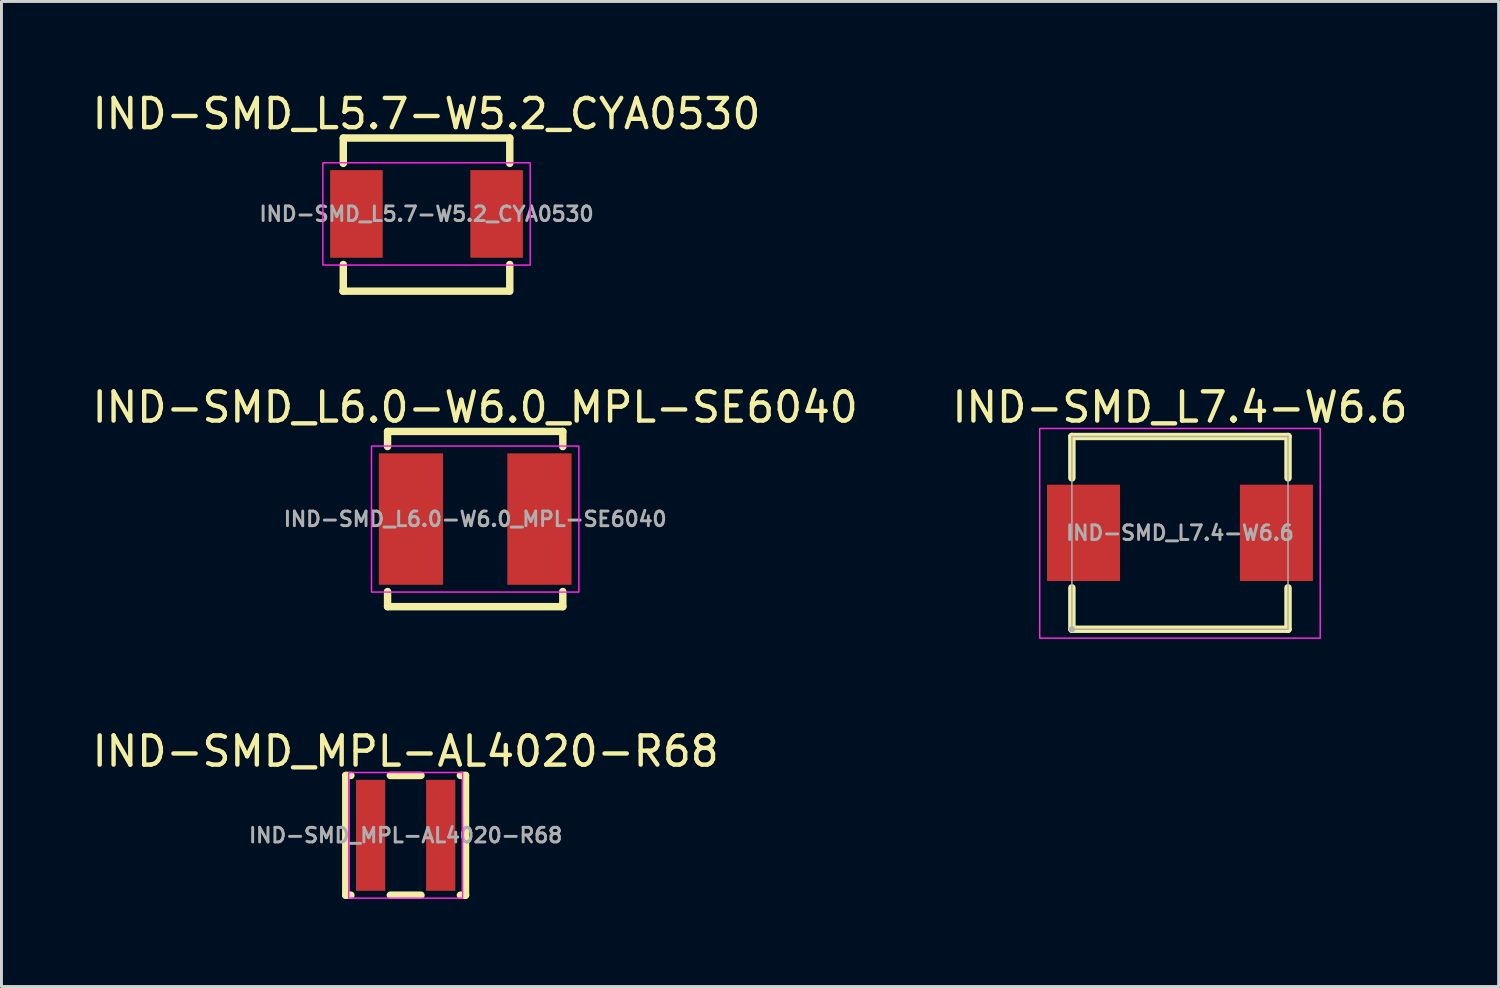
<source format=kicad_pcb>
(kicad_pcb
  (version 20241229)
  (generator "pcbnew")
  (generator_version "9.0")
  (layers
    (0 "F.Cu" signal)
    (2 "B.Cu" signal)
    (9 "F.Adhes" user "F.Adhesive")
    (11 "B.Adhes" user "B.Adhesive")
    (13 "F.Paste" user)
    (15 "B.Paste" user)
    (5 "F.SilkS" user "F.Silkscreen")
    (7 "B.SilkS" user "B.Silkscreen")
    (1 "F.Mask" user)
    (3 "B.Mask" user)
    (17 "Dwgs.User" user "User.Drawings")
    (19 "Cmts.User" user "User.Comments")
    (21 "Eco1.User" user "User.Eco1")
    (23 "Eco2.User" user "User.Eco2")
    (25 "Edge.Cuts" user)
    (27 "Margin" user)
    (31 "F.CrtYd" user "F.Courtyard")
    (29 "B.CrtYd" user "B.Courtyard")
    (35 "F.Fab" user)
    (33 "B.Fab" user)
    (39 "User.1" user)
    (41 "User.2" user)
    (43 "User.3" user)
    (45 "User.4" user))
  (footprint "IND-SMD_MPL-AL4020-R68"
    (layer "F.Cu")
    (at 10.839 25.551)
    (property "Reference" "IND-SMD_MPL-AL4020-R68" (at 0 -2.877 0) (layer "F.SilkS") (effects (font (size 1 1) (thickness 0.15))))
    (fp_line (start -2.05 -2.05) (end -2.05 2.05) (stroke (width 0.254) (type default)) (layer "F.SilkS"))
    (fp_line (start -2.05 2.05) (end -1.875 2.05) (stroke (width 0.254) (type default)) (layer "F.SilkS"))
    (fp_line (start -1.875 -2.05) (end -2.05 -2.05) (stroke (width 0.254) (type default)) (layer "F.SilkS"))
    (fp_line (start -0.525 2.05) (end 0.525 2.05) (stroke (width 0.254) (type default)) (layer "F.SilkS"))
    (fp_line (start 0.525 -2.05) (end -0.525 -2.05) (stroke (width 0.254) (type default)) (layer "F.SilkS"))
    (fp_line (start 1.875 2.05) (end 2.05 2.05) (stroke (width 0.254) (type default)) (layer "F.SilkS"))
    (fp_line (start 2.05 -2.05) (end 1.875 -2.05) (stroke (width 0.254) (type default)) (layer "F.SilkS"))
    (fp_line (start 2.05 -2.05) (end 2.05 2.05) (stroke (width 0.254) (type default)) (layer "F.SilkS"))
    (fp_rect (start -1.95 -2.15) (end 1.95 2.15) (stroke (width 0.05) (type default)) (fill no) (layer "F.CrtYd"))
    (fp_text user "${REFERENCE}" (at 0 0 0) (layer "F.Fab") (effects (font (size 0.5 0.5) (thickness 0.1))))
    (pad "1" smd rect (at -1.2 0) (size 1 3.8) (layers "F.Cu" "F.Mask" "F.Paste"))
    (pad "2" smd rect (at 1.2 0) (size 1 3.8) (layers "F.Cu" "F.Mask" "F.Paste")))
  (footprint "IND-SMD_L5.7-W5.2_CYA0530"
    (layer "F.Cu")
    (at 11.554 4.275)
    (property "Reference" "IND-SMD_L5.7-W5.2_CYA0530" (at 0 -3.427 0) (layer "F.SilkS") (effects (font (size 1 1) (thickness 0.15))))
    (fp_line (start -2.85 -2.6) (end -2.85 -1.731) (stroke (width 0.254) (type default)) (layer "F.SilkS"))
    (fp_line (start -2.85 -2.6) (end 2.85 -2.6) (stroke (width 0.254) (type default)) (layer "F.SilkS"))
    (fp_line (start -2.85 1.731) (end -2.85 2.644) (stroke (width 0.254) (type default)) (layer "F.SilkS"))
    (fp_line (start 2.836 2.644) (end -2.865 2.644) (stroke (width 0.254) (type default)) (layer "F.SilkS"))
    (fp_line (start 2.85 -2.6) (end 2.85 -1.731) (stroke (width 0.254) (type default)) (layer "F.SilkS"))
    (fp_line (start 2.85 1.731) (end 2.85 2.644) (stroke (width 0.254) (type default)) (layer "F.SilkS"))
    (fp_rect (start -3.55 -1.75) (end 3.55 1.75) (stroke (width 0.05) (type default)) (fill no) (layer "F.CrtYd"))
    (fp_text user "${REFERENCE}" (at 0 0 0) (layer "F.Fab") (effects (font (size 0.5 0.5) (thickness 0.1))))
    (pad "1" smd rect (at -2.4 0) (size 1.8 3) (layers "F.Cu" "F.Mask" "F.Paste"))
    (pad "2" smd rect (at 2.4 0) (size 1.8 3) (layers "F.Cu" "F.Mask" "F.Paste")))
  (footprint "IND-SMD_L6.0-W6.0_MPL-SE6040"
    (layer "F.Cu")
    (at 13.22 14.722)
    (property "Reference" "IND-SMD_L6.0-W6.0_MPL-SE6040" (at 0 -3.827 0) (layer "F.SilkS") (effects (font (size 1 1) (thickness 0.15))))
    (fp_line (start -3 -3) (end 3 -3) (stroke (width 0.254) (type default)) (layer "F.SilkS"))
    (fp_line (start -3 -2.481) (end -3 -3) (stroke (width 0.254) (type default)) (layer "F.SilkS"))
    (fp_line (start -3 3) (end -3 2.481) (stroke (width 0.254) (type default)) (layer "F.SilkS"))
    (fp_line (start 3 -3) (end 3 -2.481) (stroke (width 0.254) (type default)) (layer "F.SilkS"))
    (fp_line (start 3 2.481) (end 3 3) (stroke (width 0.254) (type default)) (layer "F.SilkS"))
    (fp_line (start 3 3) (end -3 3) (stroke (width 0.254) (type default)) (layer "F.SilkS"))
    (fp_rect (start -3.55 -2.5) (end 3.55 2.5) (stroke (width 0.05) (type default)) (fill no) (layer "F.CrtYd"))
    (fp_text user "${REFERENCE}" (at 0 0 0) (layer "F.Fab") (effects (font (size 0.5 0.5) (thickness 0.1))))
    (pad "1" smd rect (at -2.2 0) (size 2.2 4.5) (layers "F.Cu" "F.Mask" "F.Paste"))
    (pad "2" smd rect (at 2.2 0) (size 2.2 4.5) (layers "F.Cu" "F.Mask" "F.Paste")))
  (footprint "IND-SMD_L7.4-W6.6"
    (layer "F.Cu")
    (at 37.351 15.195)
    (property "Reference" "IND-SMD_L7.4-W6.6" (at 0 -4.301 0) (layer "F.SilkS") (effects (font (size 1 1) (thickness 0.15))))
    (fp_line (start -3.7 -3.3) (end -3.7 -1.881) (stroke (width 0.254) (type default)) (layer "F.SilkS"))
    (fp_line (start -3.7 -3.3) (end 3.7 -3.3) (stroke (width 0.254) (type default)) (layer "F.SilkS"))
    (fp_line (start -3.7 1.881) (end -3.7 3.3) (stroke (width 0.254) (type default)) (layer "F.SilkS"))
    (fp_line (start 3.7 -1.881) (end 3.7 -3.3) (stroke (width 0.254) (type default)) (layer "F.SilkS"))
    (fp_line (start 3.7 3.3) (end -3.7 3.3) (stroke (width 0.254) (type default)) (layer "F.SilkS"))
    (fp_line (start 3.7 3.3) (end 3.7 1.881) (stroke (width 0.254) (type default)) (layer "F.SilkS"))
    (fp_rect (start -4.802 -3.575) (end 4.802 3.605) (stroke (width 0.05) (type default)) (fill no) (layer "F.CrtYd"))
    (fp_line (start -3.7 -3.3) (end 3.7 -3.3) (stroke (width 0.051) (type default)) (layer "F.Fab"))
    (fp_line (start -3.7 3.3) (end -3.7 -3.3) (stroke (width 0.051) (type default)) (layer "F.Fab"))
    (fp_line (start 3.7 -3.3) (end 3.7 3.3) (stroke (width 0.051) (type default)) (layer "F.Fab"))
    (fp_line (start 3.7 3.3) (end -3.7 3.3) (stroke (width 0.051) (type default)) (layer "F.Fab"))
    (fp_poly (pts (xy -3.645 3.277) (xy -3.677 3.245) (xy -3.723 3.245) (xy -3.755 3.277) (xy -3.755 3.323) (xy -3.723 3.355) (xy -3.677 3.355) (xy -3.645 3.323)) (stroke (width 0.1) (type default)) (fill no) (layer "F.Fab"))
    (fp_poly (pts (xy -3.7 -1.5) (xy -2.2 -1.5) (xy -2.2 1.5) (xy -3.7 1.5)) (stroke (width 0.1) (type default)) (fill no) (layer "User.1"))
    (fp_poly (pts (xy 2.2 -1.5) (xy 3.7 -1.5) (xy 3.7 1.5) (xy 2.2 1.5)) (stroke (width 0.1) (type default)) (fill no) (layer "User.1"))
    (fp_text user "${REFERENCE}" (at 0 0 0) (layer "F.Fab") (effects (font (size 0.5 0.5) (thickness 0.1))))
    (pad "1" smd rect (at -3.302 0) (size 2.5 3.3) (layers "F.Cu" "F.Mask" "F.Paste"))
    (pad "2" smd rect (at 3.302 0) (size 2.5 3.3) (layers "F.Cu" "F.Mask" "F.Paste")))
  (gr_rect
    (start -3 -3)
    (end 48.262 30.728)
    (stroke (width 0.1) (type default))
    (fill no)
    (layer "Edge.Cuts")))
</source>
